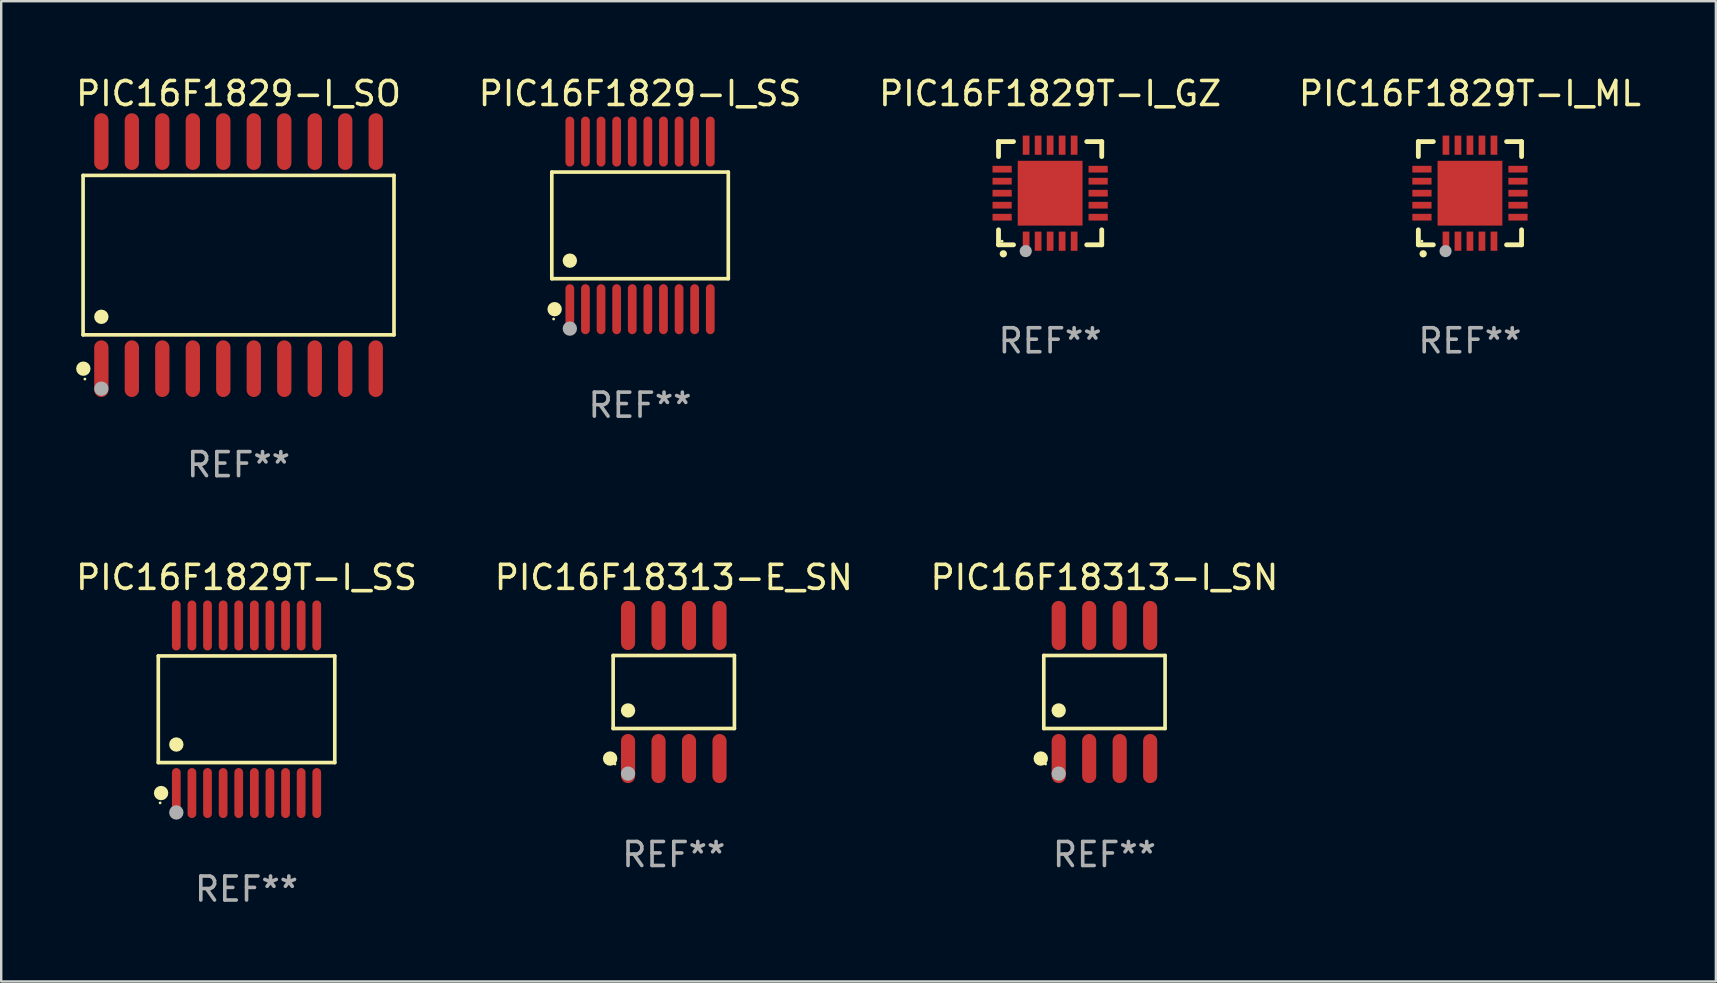
<source format=kicad_pcb>
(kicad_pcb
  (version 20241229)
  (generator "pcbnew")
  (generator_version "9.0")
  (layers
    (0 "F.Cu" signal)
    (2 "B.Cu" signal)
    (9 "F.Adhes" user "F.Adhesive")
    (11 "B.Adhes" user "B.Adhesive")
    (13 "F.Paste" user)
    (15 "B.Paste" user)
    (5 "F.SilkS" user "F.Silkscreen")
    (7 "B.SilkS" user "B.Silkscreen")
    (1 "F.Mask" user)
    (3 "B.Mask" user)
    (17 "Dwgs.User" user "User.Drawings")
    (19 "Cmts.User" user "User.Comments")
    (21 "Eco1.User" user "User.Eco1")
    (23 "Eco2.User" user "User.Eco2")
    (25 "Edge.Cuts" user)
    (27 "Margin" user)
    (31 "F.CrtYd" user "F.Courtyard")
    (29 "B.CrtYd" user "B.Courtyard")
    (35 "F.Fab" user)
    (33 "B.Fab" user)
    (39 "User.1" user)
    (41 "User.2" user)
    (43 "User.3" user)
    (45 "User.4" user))
  (footprint "PIC16F18313-I_SN"
    (layer "F.Cu")
    (at 42.958 25.777)
    (property "Reference" "PIC16F18313-I_SN" (at 0 -4.772 0) (layer "F.SilkS") (effects (font (size 1 1) (thickness 0.15))))
    (attr through_hole)
    (fp_line (start -2.526 -1.521) (end 2.526 -1.521) (stroke (width 0.152) (type solid)) (layer "F.SilkS"))
    (fp_line (start -2.526 1.521) (end -2.526 -1.521) (stroke (width 0.152) (type solid)) (layer "F.SilkS"))
    (fp_line (start 2.526 -1.521) (end 2.526 1.521) (stroke (width 0.152) (type solid)) (layer "F.SilkS"))
    (fp_line (start 2.526 1.521) (end -2.526 1.521) (stroke (width 0.152) (type solid)) (layer "F.SilkS"))
    (fp_circle (center -2.652 2.772) (end -2.501 2.772) (stroke (width 0.3) (type solid)) (fill no) (layer "F.SilkS"))
    (fp_circle (center -2.45 3) (end -2.42 3) (stroke (width 0.06) (type solid)) (fill no) (layer "F.SilkS"))
    (fp_circle (center -1.905 0.769) (end -1.755 0.769) (stroke (width 0.3) (type solid)) (fill no) (layer "F.SilkS"))
    (fp_circle (center -1.905 3.4) (end -1.755 3.4) (stroke (width 0.3) (type solid)) (fill no) (layer "F.Fab"))
    (fp_text user "REF**" (at 0 6.772 0) (layer "F.Fab") (effects (font (size 1 1) (thickness 0.15))))
    (pad "1" smd oval (at -1.905 2.772) (size 0.588 2.045) (layers "F.Cu" "F.Mask" "F.Paste"))
    (pad "2" smd oval (at -0.635 2.772) (size 0.588 2.045) (layers "F.Cu" "F.Mask" "F.Paste"))
    (pad "3" smd oval (at 0.635 2.772) (size 0.588 2.045) (layers "F.Cu" "F.Mask" "F.Paste"))
    (pad "4" smd oval (at 1.905 2.772) (size 0.588 2.045) (layers "F.Cu" "F.Mask" "F.Paste"))
    (pad "5" smd oval (at 1.905 -2.772) (size 0.588 2.045) (layers "F.Cu" "F.Mask" "F.Paste"))
    (pad "6" smd oval (at 0.635 -2.772) (size 0.588 2.045) (layers "F.Cu" "F.Mask" "F.Paste"))
    (pad "7" smd oval (at -0.635 -2.772) (size 0.588 2.045) (layers "F.Cu" "F.Mask" "F.Paste"))
    (pad "8" smd oval (at -1.905 -2.772) (size 0.588 2.045) (layers "F.Cu" "F.Mask" "F.Paste")))
  (footprint "PIC16F1829T-I_SS"
    (layer "F.Cu")
    (at 7.22 26.496)
    (property "Reference" "PIC16F1829T-I_SS" (at 0 -5.491 0) (layer "F.SilkS") (effects (font (size 1 1) (thickness 0.15))))
    (attr through_hole)
    (fp_line (start -3.676 -2.221) (end 3.676 -2.221) (stroke (width 0.152) (type solid)) (layer "F.SilkS"))
    (fp_line (start -3.676 2.221) (end -3.676 -2.221) (stroke (width 0.152) (type solid)) (layer "F.SilkS"))
    (fp_line (start 3.676 -2.221) (end 3.676 2.221) (stroke (width 0.152) (type solid)) (layer "F.SilkS"))
    (fp_line (start 3.676 2.221) (end -3.676 2.221) (stroke (width 0.152) (type solid)) (layer "F.SilkS"))
    (fp_circle (center -3.6 3.9) (end -3.57 3.9) (stroke (width 0.06) (type solid)) (fill no) (layer "F.SilkS"))
    (fp_circle (center -3.559 3.491) (end -3.409 3.491) (stroke (width 0.3) (type solid)) (fill no) (layer "F.SilkS"))
    (fp_circle (center -2.925 1.469) (end -2.775 1.469) (stroke (width 0.3) (type solid)) (fill no) (layer "F.SilkS"))
    (fp_circle (center -2.925 4.3) (end -2.775 4.3) (stroke (width 0.3) (type solid)) (fill no) (layer "F.Fab"))
    (fp_text user "REF**" (at 0 7.491 0) (layer "F.Fab") (effects (font (size 1 1) (thickness 0.15))))
    (pad "1" smd oval (at -2.925 3.491) (size 0.364 2.082) (layers "F.Cu" "F.Mask" "F.Paste"))
    (pad "2" smd oval (at -2.275 3.491) (size 0.364 2.082) (layers "F.Cu" "F.Mask" "F.Paste"))
    (pad "3" smd oval (at -1.625 3.491) (size 0.364 2.082) (layers "F.Cu" "F.Mask" "F.Paste"))
    (pad "4" smd oval (at -0.975 3.491) (size 0.364 2.082) (layers "F.Cu" "F.Mask" "F.Paste"))
    (pad "5" smd oval (at -0.325 3.491) (size 0.364 2.082) (layers "F.Cu" "F.Mask" "F.Paste"))
    (pad "6" smd oval (at 0.325 3.491) (size 0.364 2.082) (layers "F.Cu" "F.Mask" "F.Paste"))
    (pad "7" smd oval (at 0.975 3.491) (size 0.364 2.082) (layers "F.Cu" "F.Mask" "F.Paste"))
    (pad "8" smd oval (at 1.625 3.491) (size 0.364 2.082) (layers "F.Cu" "F.Mask" "F.Paste"))
    (pad "9" smd oval (at 2.275 3.491) (size 0.364 2.082) (layers "F.Cu" "F.Mask" "F.Paste"))
    (pad "10" smd oval (at 2.925 3.491) (size 0.364 2.082) (layers "F.Cu" "F.Mask" "F.Paste"))
    (pad "11" smd oval (at 2.925 -3.491) (size 0.364 2.082) (layers "F.Cu" "F.Mask" "F.Paste"))
    (pad "12" smd oval (at 2.275 -3.491) (size 0.364 2.082) (layers "F.Cu" "F.Mask" "F.Paste"))
    (pad "13" smd oval (at 1.625 -3.491) (size 0.364 2.082) (layers "F.Cu" "F.Mask" "F.Paste"))
    (pad "14" smd oval (at 0.975 -3.491) (size 0.364 2.082) (layers "F.Cu" "F.Mask" "F.Paste"))
    (pad "15" smd oval (at 0.325 -3.491) (size 0.364 2.082) (layers "F.Cu" "F.Mask" "F.Paste"))
    (pad "16" smd oval (at -0.325 -3.491) (size 0.364 2.082) (layers "F.Cu" "F.Mask" "F.Paste"))
    (pad "17" smd oval (at -0.975 -3.491) (size 0.364 2.082) (layers "F.Cu" "F.Mask" "F.Paste"))
    (pad "18" smd oval (at -1.625 -3.491) (size 0.364 2.082) (layers "F.Cu" "F.Mask" "F.Paste"))
    (pad "19" smd oval (at -2.275 -3.491) (size 0.364 2.082) (layers "F.Cu" "F.Mask" "F.Paste"))
    (pad "20" smd oval (at -2.925 -3.491) (size 0.364 2.082) (layers "F.Cu" "F.Mask" "F.Paste")))
  (footprint "PIC16F1829T-I_ML"
    (layer "F.Cu")
    (at 58.185 4.998)
    (property "Reference" "PIC16F1829T-I_ML" (at 0 -4.15 0) (layer "F.SilkS") (effects (font (size 1 1) (thickness 0.15))))
    (attr through_hole)
    (fp_line (start -2.15 -2.15) (end -2.15 -1.525) (stroke (width 0.2) (type solid)) (layer "F.SilkS"))
    (fp_line (start -2.15 2.15) (end -2.15 1.525) (stroke (width 0.2) (type solid)) (layer "F.SilkS"))
    (fp_line (start -1.525 -2.15) (end -2.15 -2.15) (stroke (width 0.2) (type solid)) (layer "F.SilkS"))
    (fp_line (start -1.525 2.15) (end -2.15 2.15) (stroke (width 0.2) (type solid)) (layer "F.SilkS"))
    (fp_line (start 1.525 2.15) (end 2.15 2.15) (stroke (width 0.2) (type solid)) (layer "F.SilkS"))
    (fp_line (start 2.15 -2.15) (end 1.525 -2.15) (stroke (width 0.2) (type solid)) (layer "F.SilkS"))
    (fp_line (start 2.15 -1.525) (end 2.15 -2.15) (stroke (width 0.2) (type solid)) (layer "F.SilkS"))
    (fp_line (start 2.15 2.15) (end 2.15 1.525) (stroke (width 0.2) (type solid)) (layer "F.SilkS"))
    (fp_arc (start -1.950724 2.524765) (mid -1.949454 2.52476) (end -1.948184 2.524765) (stroke (width 0.3) (type solid)) (layer "F.SilkS"))
    (fp_circle (center -2 2) (end -1.97 2) (stroke (width 0.06) (type solid)) (fill no) (layer "F.SilkS"))
    (fp_circle (center -1.016 2.413) (end -0.889 2.413) (stroke (width 0.254) (type solid)) (fill no) (layer "F.Fab"))
    (fp_text user "REF**" (at 0 6.15 0) (layer "F.Fab") (effects (font (size 1 1) (thickness 0.15))))
    (pad "1" smd rect (at -1 2) (size 0.28 0.8) (layers "F.Cu" "F.Mask" "F.Paste"))
    (pad "2" smd rect (at -0.5 2) (size 0.28 0.8) (layers "F.Cu" "F.Mask" "F.Paste"))
    (pad "3" smd rect (at 0 2) (size 0.28 0.8) (layers "F.Cu" "F.Mask" "F.Paste"))
    (pad "4" smd rect (at 0.5 2) (size 0.28 0.8) (layers "F.Cu" "F.Mask" "F.Paste"))
    (pad "5" smd rect (at 1 2) (size 0.28 0.8) (layers "F.Cu" "F.Mask" "F.Paste"))
    (pad "6" smd rect (at 2 1) (size 0.8 0.28) (layers "F.Cu" "F.Mask" "F.Paste"))
    (pad "7" smd rect (at 2 0.5) (size 0.8 0.28) (layers "F.Cu" "F.Mask" "F.Paste"))
    (pad "8" smd rect (at 2 0) (size 0.8 0.28) (layers "F.Cu" "F.Mask" "F.Paste"))
    (pad "9" smd rect (at 2 -0.5) (size 0.8 0.28) (layers "F.Cu" "F.Mask" "F.Paste"))
    (pad "10" smd rect (at 2 -1) (size 0.8 0.28) (layers "F.Cu" "F.Mask" "F.Paste"))
    (pad "11" smd rect (at 1 -2) (size 0.28 0.8) (layers "F.Cu" "F.Mask" "F.Paste"))
    (pad "12" smd rect (at 0.5 -2) (size 0.28 0.8) (layers "F.Cu" "F.Mask" "F.Paste"))
    (pad "13" smd rect (at 0 -2) (size 0.28 0.8) (layers "F.Cu" "F.Mask" "F.Paste"))
    (pad "14" smd rect (at -0.5 -2) (size 0.28 0.8) (layers "F.Cu" "F.Mask" "F.Paste"))
    (pad "15" smd rect (at -1 -2) (size 0.28 0.8) (layers "F.Cu" "F.Mask" "F.Paste"))
    (pad "16" smd rect (at -2 -1) (size 0.8 0.28) (layers "F.Cu" "F.Mask" "F.Paste"))
    (pad "17" smd rect (at -2 -0.5) (size 0.8 0.28) (layers "F.Cu" "F.Mask" "F.Paste"))
    (pad "18" smd rect (at -2 0) (size 0.8 0.28) (layers "F.Cu" "F.Mask" "F.Paste"))
    (pad "19" smd rect (at -2 0.5) (size 0.8 0.28) (layers "F.Cu" "F.Mask" "F.Paste"))
    (pad "20" smd rect (at -2 1) (size 0.8 0.28) (layers "F.Cu" "F.Mask" "F.Paste"))
    (pad "21" smd rect (at 0 0) (size 2.7 2.7) (layers "F.Cu" "F.Mask" "F.Paste")))
  (footprint "PIC16F18313-E_SN"
    (layer "F.Cu")
    (at 25.018 25.777)
    (property "Reference" "PIC16F18313-E_SN" (at 0 -4.772 0) (layer "F.SilkS") (effects (font (size 1 1) (thickness 0.15))))
    (attr through_hole)
    (fp_line (start -2.526 -1.521) (end 2.526 -1.521) (stroke (width 0.152) (type solid)) (layer "F.SilkS"))
    (fp_line (start -2.526 1.521) (end -2.526 -1.521) (stroke (width 0.152) (type solid)) (layer "F.SilkS"))
    (fp_line (start 2.526 -1.521) (end 2.526 1.521) (stroke (width 0.152) (type solid)) (layer "F.SilkS"))
    (fp_line (start 2.526 1.521) (end -2.526 1.521) (stroke (width 0.152) (type solid)) (layer "F.SilkS"))
    (fp_circle (center -2.652 2.772) (end -2.501 2.772) (stroke (width 0.3) (type solid)) (fill no) (layer "F.SilkS"))
    (fp_circle (center -2.45 3) (end -2.42 3) (stroke (width 0.06) (type solid)) (fill no) (layer "F.SilkS"))
    (fp_circle (center -1.905 0.769) (end -1.755 0.769) (stroke (width 0.3) (type solid)) (fill no) (layer "F.SilkS"))
    (fp_circle (center -1.905 3.4) (end -1.755 3.4) (stroke (width 0.3) (type solid)) (fill no) (layer "F.Fab"))
    (fp_text user "REF**" (at 0 6.772 0) (layer "F.Fab") (effects (font (size 1 1) (thickness 0.15))))
    (pad "1" smd oval (at -1.905 2.772) (size 0.588 2.045) (layers "F.Cu" "F.Mask" "F.Paste"))
    (pad "2" smd oval (at -0.635 2.772) (size 0.588 2.045) (layers "F.Cu" "F.Mask" "F.Paste"))
    (pad "3" smd oval (at 0.635 2.772) (size 0.588 2.045) (layers "F.Cu" "F.Mask" "F.Paste"))
    (pad "4" smd oval (at 1.905 2.772) (size 0.588 2.045) (layers "F.Cu" "F.Mask" "F.Paste"))
    (pad "5" smd oval (at 1.905 -2.772) (size 0.588 2.045) (layers "F.Cu" "F.Mask" "F.Paste"))
    (pad "6" smd oval (at 0.635 -2.772) (size 0.588 2.045) (layers "F.Cu" "F.Mask" "F.Paste"))
    (pad "7" smd oval (at -0.635 -2.772) (size 0.588 2.045) (layers "F.Cu" "F.Mask" "F.Paste"))
    (pad "8" smd oval (at -1.905 -2.772) (size 0.588 2.045) (layers "F.Cu" "F.Mask" "F.Paste")))
  (footprint "PIC16F1829T-I_GZ"
    (layer "F.Cu")
    (at 40.696 4.998)
    (property "Reference" "PIC16F1829T-I_GZ" (at 0 -4.15 0) (layer "F.SilkS") (effects (font (size 1 1) (thickness 0.15))))
    (attr through_hole)
    (fp_line (start -2.15 -2.15) (end -2.15 -1.525) (stroke (width 0.2) (type solid)) (layer "F.SilkS"))
    (fp_line (start -2.15 2.15) (end -2.15 1.525) (stroke (width 0.2) (type solid)) (layer "F.SilkS"))
    (fp_line (start -1.525 -2.15) (end -2.15 -2.15) (stroke (width 0.2) (type solid)) (layer "F.SilkS"))
    (fp_line (start -1.525 2.15) (end -2.15 2.15) (stroke (width 0.2) (type solid)) (layer "F.SilkS"))
    (fp_line (start 1.525 2.15) (end 2.15 2.15) (stroke (width 0.2) (type solid)) (layer "F.SilkS"))
    (fp_line (start 2.15 -2.15) (end 1.525 -2.15) (stroke (width 0.2) (type solid)) (layer "F.SilkS"))
    (fp_line (start 2.15 -1.525) (end 2.15 -2.15) (stroke (width 0.2) (type solid)) (layer "F.SilkS"))
    (fp_line (start 2.15 2.15) (end 2.15 1.525) (stroke (width 0.2) (type solid)) (layer "F.SilkS"))
    (fp_arc (start -1.950724 2.524765) (mid -1.949454 2.52476) (end -1.948184 2.524765) (stroke (width 0.3) (type solid)) (layer "F.SilkS"))
    (fp_circle (center -2 2) (end -1.97 2) (stroke (width 0.06) (type solid)) (fill no) (layer "F.SilkS"))
    (fp_circle (center -1.016 2.413) (end -0.889 2.413) (stroke (width 0.254) (type solid)) (fill no) (layer "F.Fab"))
    (fp_text user "REF**" (at 0 6.15 0) (layer "F.Fab") (effects (font (size 1 1) (thickness 0.15))))
    (pad "1" smd rect (at -1 2 180) (size 0.28 0.8) (layers "F.Cu" "F.Mask" "F.Paste"))
    (pad "2" smd rect (at -0.5 2 180) (size 0.28 0.8) (layers "F.Cu" "F.Mask" "F.Paste"))
    (pad "3" smd rect (at 0 2 180) (size 0.28 0.8) (layers "F.Cu" "F.Mask" "F.Paste"))
    (pad "4" smd rect (at 0.5 2 180) (size 0.28 0.8) (layers "F.Cu" "F.Mask" "F.Paste"))
    (pad "5" smd rect (at 1 2 180) (size 0.28 0.8) (layers "F.Cu" "F.Mask" "F.Paste"))
    (pad "6" smd rect (at 2 1 90) (size 0.28 0.8) (layers "F.Cu" "F.Mask" "F.Paste"))
    (pad "7" smd rect (at 2 0.5 90) (size 0.28 0.8) (layers "F.Cu" "F.Mask" "F.Paste"))
    (pad "8" smd rect (at 2 0 90) (size 0.28 0.8) (layers "F.Cu" "F.Mask" "F.Paste"))
    (pad "9" smd rect (at 2 -0.5 90) (size 0.28 0.8) (layers "F.Cu" "F.Mask" "F.Paste"))
    (pad "10" smd rect (at 2 -1 90) (size 0.28 0.8) (layers "F.Cu" "F.Mask" "F.Paste"))
    (pad "11" smd rect (at 1 -2 180) (size 0.28 0.8) (layers "F.Cu" "F.Mask" "F.Paste"))
    (pad "12" smd rect (at 0.5 -2 180) (size 0.28 0.8) (layers "F.Cu" "F.Mask" "F.Paste"))
    (pad "13" smd rect (at 0 -2 180) (size 0.28 0.8) (layers "F.Cu" "F.Mask" "F.Paste"))
    (pad "14" smd rect (at -0.5 -2 180) (size 0.28 0.8) (layers "F.Cu" "F.Mask" "F.Paste"))
    (pad "15" smd rect (at -1 -2 180) (size 0.28 0.8) (layers "F.Cu" "F.Mask" "F.Paste"))
    (pad "16" smd rect (at -2 -1 90) (size 0.28 0.8) (layers "F.Cu" "F.Mask" "F.Paste"))
    (pad "17" smd rect (at -2 -0.5 90) (size 0.28 0.8) (layers "F.Cu" "F.Mask" "F.Paste"))
    (pad "18" smd rect (at -2 0 90) (size 0.28 0.8) (layers "F.Cu" "F.Mask" "F.Paste"))
    (pad "19" smd rect (at -2 0.5 90) (size 0.28 0.8) (layers "F.Cu" "F.Mask" "F.Paste"))
    (pad "20" smd rect (at -2 1 90) (size 0.28 0.8) (layers "F.Cu" "F.Mask" "F.Paste"))
    (pad "21" smd rect (at 0 0 90) (size 2.7 2.7) (layers "F.Cu" "F.Mask" "F.Paste")))
  (footprint "PIC16F1829-I_SO"
    (layer "F.Cu")
    (at 6.887 7.578)
    (property "Reference" "PIC16F1829-I_SO" (at 0 -6.73 0) (layer "F.SilkS") (effects (font (size 1 1) (thickness 0.15))))
    (attr through_hole)
    (fp_line (start -6.476 -3.321) (end 6.476 -3.321) (stroke (width 0.152) (type solid)) (layer "F.SilkS"))
    (fp_line (start -6.476 3.321) (end -6.476 -3.321) (stroke (width 0.152) (type solid)) (layer "F.SilkS"))
    (fp_line (start 6.476 -3.321) (end 6.476 3.321) (stroke (width 0.152) (type solid)) (layer "F.SilkS"))
    (fp_line (start 6.476 3.321) (end -6.476 3.321) (stroke (width 0.152) (type solid)) (layer "F.SilkS"))
    (fp_circle (center -6.465 4.73) (end -6.315 4.73) (stroke (width 0.3) (type solid)) (fill no) (layer "F.SilkS"))
    (fp_circle (center -6.4 5.163) (end -6.37 5.163) (stroke (width 0.06) (type solid)) (fill no) (layer "F.SilkS"))
    (fp_circle (center -5.715 2.569) (end -5.565 2.569) (stroke (width 0.3) (type solid)) (fill no) (layer "F.SilkS"))
    (fp_circle (center -5.715 5.563) (end -5.565 5.563) (stroke (width 0.3) (type solid)) (fill no) (layer "F.Fab"))
    (fp_text user "REF**" (at 0 8.73 0) (layer "F.Fab") (effects (font (size 1 1) (thickness 0.15))))
    (pad "1" smd oval (at -5.715 4.73) (size 0.595 2.36) (layers "F.Cu" "F.Mask" "F.Paste"))
    (pad "2" smd oval (at -4.445 4.73) (size 0.595 2.36) (layers "F.Cu" "F.Mask" "F.Paste"))
    (pad "3" smd oval (at -3.175 4.73) (size 0.595 2.36) (layers "F.Cu" "F.Mask" "F.Paste"))
    (pad "4" smd oval (at -1.905 4.73) (size 0.595 2.36) (layers "F.Cu" "F.Mask" "F.Paste"))
    (pad "5" smd oval (at -0.635 4.73) (size 0.595 2.36) (layers "F.Cu" "F.Mask" "F.Paste"))
    (pad "6" smd oval (at 0.635 4.73) (size 0.595 2.36) (layers "F.Cu" "F.Mask" "F.Paste"))
    (pad "7" smd oval (at 1.905 4.73) (size 0.595 2.36) (layers "F.Cu" "F.Mask" "F.Paste"))
    (pad "8" smd oval (at 3.175 4.73) (size 0.595 2.36) (layers "F.Cu" "F.Mask" "F.Paste"))
    (pad "9" smd oval (at 4.445 4.73) (size 0.595 2.36) (layers "F.Cu" "F.Mask" "F.Paste"))
    (pad "10" smd oval (at 5.715 4.73) (size 0.595 2.36) (layers "F.Cu" "F.Mask" "F.Paste"))
    (pad "11" smd oval (at 5.715 -4.73) (size 0.595 2.36) (layers "F.Cu" "F.Mask" "F.Paste"))
    (pad "12" smd oval (at 4.445 -4.73) (size 0.595 2.36) (layers "F.Cu" "F.Mask" "F.Paste"))
    (pad "13" smd oval (at 3.175 -4.73) (size 0.595 2.36) (layers "F.Cu" "F.Mask" "F.Paste"))
    (pad "14" smd oval (at 1.905 -4.73) (size 0.595 2.36) (layers "F.Cu" "F.Mask" "F.Paste"))
    (pad "15" smd oval (at 0.635 -4.73) (size 0.595 2.36) (layers "F.Cu" "F.Mask" "F.Paste"))
    (pad "16" smd oval (at -0.635 -4.73) (size 0.595 2.36) (layers "F.Cu" "F.Mask" "F.Paste"))
    (pad "17" smd oval (at -1.905 -4.73) (size 0.595 2.36) (layers "F.Cu" "F.Mask" "F.Paste"))
    (pad "18" smd oval (at -3.175 -4.73) (size 0.595 2.36) (layers "F.Cu" "F.Mask" "F.Paste"))
    (pad "19" smd oval (at -4.445 -4.73) (size 0.595 2.36) (layers "F.Cu" "F.Mask" "F.Paste"))
    (pad "20" smd oval (at -5.715 -4.73) (size 0.595 2.36) (layers "F.Cu" "F.Mask" "F.Paste")))
  (footprint "PIC16F1829-I_SS"
    (layer "F.Cu")
    (at 23.613 6.339)
    (property "Reference" "PIC16F1829-I_SS" (at 0 -5.491 0) (layer "F.SilkS") (effects (font (size 1 1) (thickness 0.15))))
    (attr through_hole)
    (fp_line (start -3.676 -2.221) (end 3.676 -2.221) (stroke (width 0.152) (type solid)) (layer "F.SilkS"))
    (fp_line (start -3.676 2.221) (end -3.676 -2.221) (stroke (width 0.152) (type solid)) (layer "F.SilkS"))
    (fp_line (start 3.676 -2.221) (end 3.676 2.221) (stroke (width 0.152) (type solid)) (layer "F.SilkS"))
    (fp_line (start 3.676 2.221) (end -3.676 2.221) (stroke (width 0.152) (type solid)) (layer "F.SilkS"))
    (fp_circle (center -3.6 3.9) (end -3.57 3.9) (stroke (width 0.06) (type solid)) (fill no) (layer "F.SilkS"))
    (fp_circle (center -3.559 3.491) (end -3.409 3.491) (stroke (width 0.3) (type solid)) (fill no) (layer "F.SilkS"))
    (fp_circle (center -2.925 1.469) (end -2.775 1.469) (stroke (width 0.3) (type solid)) (fill no) (layer "F.SilkS"))
    (fp_circle (center -2.925 4.3) (end -2.775 4.3) (stroke (width 0.3) (type solid)) (fill no) (layer "F.Fab"))
    (fp_text user "REF**" (at 0 7.491 0) (layer "F.Fab") (effects (font (size 1 1) (thickness 0.15))))
    (pad "1" smd oval (at -2.925 3.491) (size 0.364 2.082) (layers "F.Cu" "F.Mask" "F.Paste"))
    (pad "2" smd oval (at -2.275 3.491) (size 0.364 2.082) (layers "F.Cu" "F.Mask" "F.Paste"))
    (pad "3" smd oval (at -1.625 3.491) (size 0.364 2.082) (layers "F.Cu" "F.Mask" "F.Paste"))
    (pad "4" smd oval (at -0.975 3.491) (size 0.364 2.082) (layers "F.Cu" "F.Mask" "F.Paste"))
    (pad "5" smd oval (at -0.325 3.491) (size 0.364 2.082) (layers "F.Cu" "F.Mask" "F.Paste"))
    (pad "6" smd oval (at 0.325 3.491) (size 0.364 2.082) (layers "F.Cu" "F.Mask" "F.Paste"))
    (pad "7" smd oval (at 0.975 3.491) (size 0.364 2.082) (layers "F.Cu" "F.Mask" "F.Paste"))
    (pad "8" smd oval (at 1.625 3.491) (size 0.364 2.082) (layers "F.Cu" "F.Mask" "F.Paste"))
    (pad "9" smd oval (at 2.275 3.491) (size 0.364 2.082) (layers "F.Cu" "F.Mask" "F.Paste"))
    (pad "10" smd oval (at 2.925 3.491) (size 0.364 2.082) (layers "F.Cu" "F.Mask" "F.Paste"))
    (pad "11" smd oval (at 2.925 -3.491) (size 0.364 2.082) (layers "F.Cu" "F.Mask" "F.Paste"))
    (pad "12" smd oval (at 2.275 -3.491) (size 0.364 2.082) (layers "F.Cu" "F.Mask" "F.Paste"))
    (pad "13" smd oval (at 1.625 -3.491) (size 0.364 2.082) (layers "F.Cu" "F.Mask" "F.Paste"))
    (pad "14" smd oval (at 0.975 -3.491) (size 0.364 2.082) (layers "F.Cu" "F.Mask" "F.Paste"))
    (pad "15" smd oval (at 0.325 -3.491) (size 0.364 2.082) (layers "F.Cu" "F.Mask" "F.Paste"))
    (pad "16" smd oval (at -0.325 -3.491) (size 0.364 2.082) (layers "F.Cu" "F.Mask" "F.Paste"))
    (pad "17" smd oval (at -0.975 -3.491) (size 0.364 2.082) (layers "F.Cu" "F.Mask" "F.Paste"))
    (pad "18" smd oval (at -1.625 -3.491) (size 0.364 2.082) (layers "F.Cu" "F.Mask" "F.Paste"))
    (pad "19" smd oval (at -2.275 -3.491) (size 0.364 2.082) (layers "F.Cu" "F.Mask" "F.Paste"))
    (pad "20" smd oval (at -2.925 -3.491) (size 0.364 2.082) (layers "F.Cu" "F.Mask" "F.Paste")))
  (gr_rect
    (start -3 -3)
    (end 68.429 37.835)
    (stroke (width 0.1) (type default))
    (fill no)
    (layer "Edge.Cuts")))
</source>
